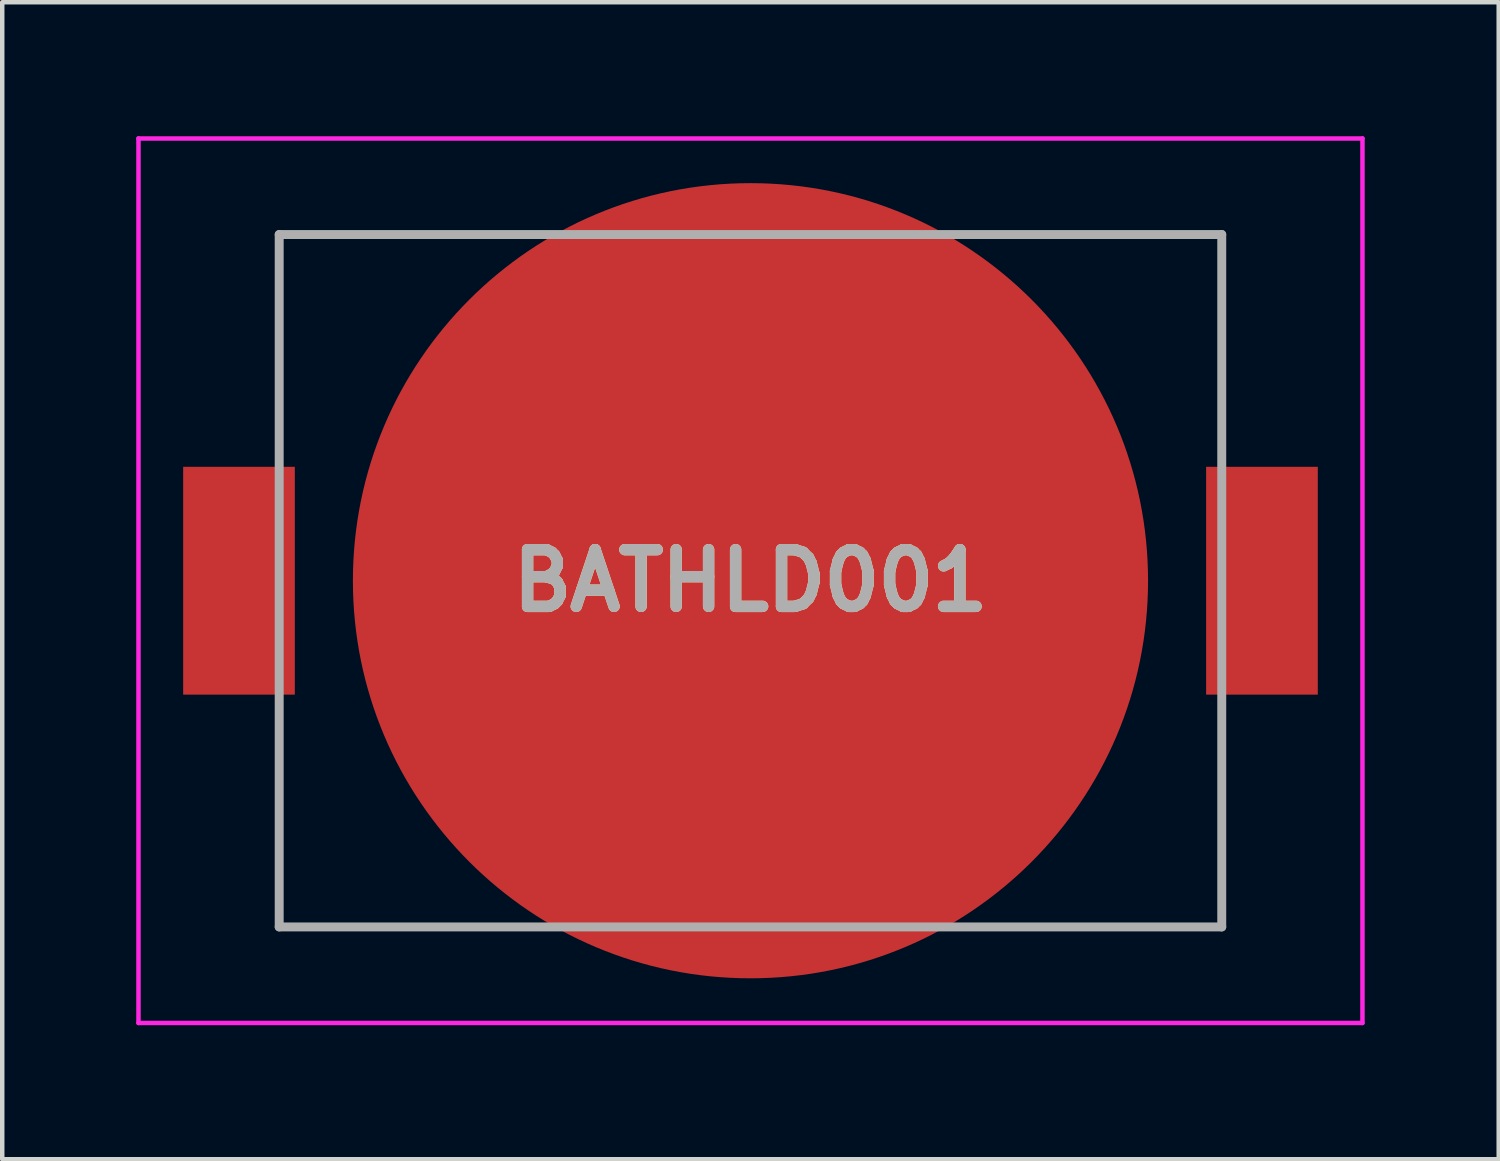
<source format=kicad_pcb>
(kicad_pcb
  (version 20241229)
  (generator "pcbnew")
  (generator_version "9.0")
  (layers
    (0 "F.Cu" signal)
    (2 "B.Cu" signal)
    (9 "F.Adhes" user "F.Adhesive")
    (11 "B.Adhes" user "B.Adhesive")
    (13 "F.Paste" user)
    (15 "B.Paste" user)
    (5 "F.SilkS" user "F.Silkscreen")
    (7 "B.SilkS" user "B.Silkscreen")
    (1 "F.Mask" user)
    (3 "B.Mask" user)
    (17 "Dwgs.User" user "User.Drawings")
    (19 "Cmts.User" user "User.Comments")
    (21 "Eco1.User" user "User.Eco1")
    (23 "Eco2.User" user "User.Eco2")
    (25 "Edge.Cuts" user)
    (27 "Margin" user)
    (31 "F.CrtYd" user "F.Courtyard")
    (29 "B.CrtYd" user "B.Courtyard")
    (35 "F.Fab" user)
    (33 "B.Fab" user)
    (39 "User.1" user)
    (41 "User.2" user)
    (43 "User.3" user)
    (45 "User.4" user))
  (footprint "BATHLD001"
    (layer "F.Cu")
    (at 13.75 9.95)
    (property "Reference" "BATHLD001" (at 0 0 0) (layer "F.SilkS") (effects (font (size 1.27 1.27) (thickness 0.254))))
    (attr smd)
    (fp_line (start -10.55 -7.75) (end -5 -7.75) (stroke (width 0.1) (type solid)) (layer "F.SilkS"))
    (fp_line (start -10.55 -3) (end -10.55 -7.75) (stroke (width 0.1) (type solid)) (layer "F.SilkS"))
    (fp_line (start -10.55 3) (end -10.55 7.75) (stroke (width 0.1) (type solid)) (layer "F.SilkS"))
    (fp_line (start -10.55 7.75) (end -5.5 7.75) (stroke (width 0.1) (type solid)) (layer "F.SilkS"))
    (fp_line (start 5 -7.75) (end 10.55 -7.75) (stroke (width 0.1) (type solid)) (layer "F.SilkS"))
    (fp_line (start 5 7.75) (end 10.55 7.75) (stroke (width 0.1) (type solid)) (layer "F.SilkS"))
    (fp_line (start 10.55 -7.75) (end 10.55 -3) (stroke (width 0.1) (type solid)) (layer "F.SilkS"))
    (fp_line (start 10.55 7.75) (end 10.55 3) (stroke (width 0.1) (type solid)) (layer "F.SilkS"))
    (fp_line (start -13.7 -9.9) (end 13.7 -9.9) (stroke (width 0.1) (type solid)) (layer "F.CrtYd"))
    (fp_line (start -13.7 9.9) (end -13.7 -9.9) (stroke (width 0.1) (type solid)) (layer "F.CrtYd"))
    (fp_line (start 13.7 -9.9) (end 13.7 9.9) (stroke (width 0.1) (type solid)) (layer "F.CrtYd"))
    (fp_line (start 13.7 9.9) (end -13.7 9.9) (stroke (width 0.1) (type solid)) (layer "F.CrtYd"))
    (fp_line (start -10.55 -7.75) (end 10.55 -7.75) (stroke (width 0.2) (type solid)) (layer "F.Fab"))
    (fp_line (start -10.55 7.75) (end -10.55 -7.75) (stroke (width 0.2) (type solid)) (layer "F.Fab"))
    (fp_line (start 10.55 -7.75) (end 10.55 7.75) (stroke (width 0.2) (type solid)) (layer "F.Fab"))
    (fp_line (start 10.55 7.75) (end -10.55 7.75) (stroke (width 0.2) (type solid)) (layer "F.Fab"))
    (fp_text user "${REFERENCE}" (at 0 0 0) (layer "F.Fab") (effects (font (size 1.27 1.27) (thickness 0.254))))
    (pad "1" smd rect (at -11.45 0) (size 2.5 5.1) (layers "F.Cu" "F.Mask" "F.Paste"))
    (pad "1" smd rect (at 11.45 0) (size 2.5 5.1) (layers "F.Cu" "F.Mask" "F.Paste"))
    (pad "2" smd circle (at 0 0 90) (size 17.8 17.8) (layers "F.Cu" "F.Mask" "F.Paste")))
  (gr_rect
    (start -3 -3)
    (end 30.5 22.9)
    (stroke (width 0.1) (type default))
    (fill no)
    (layer "Edge.Cuts")))
</source>
